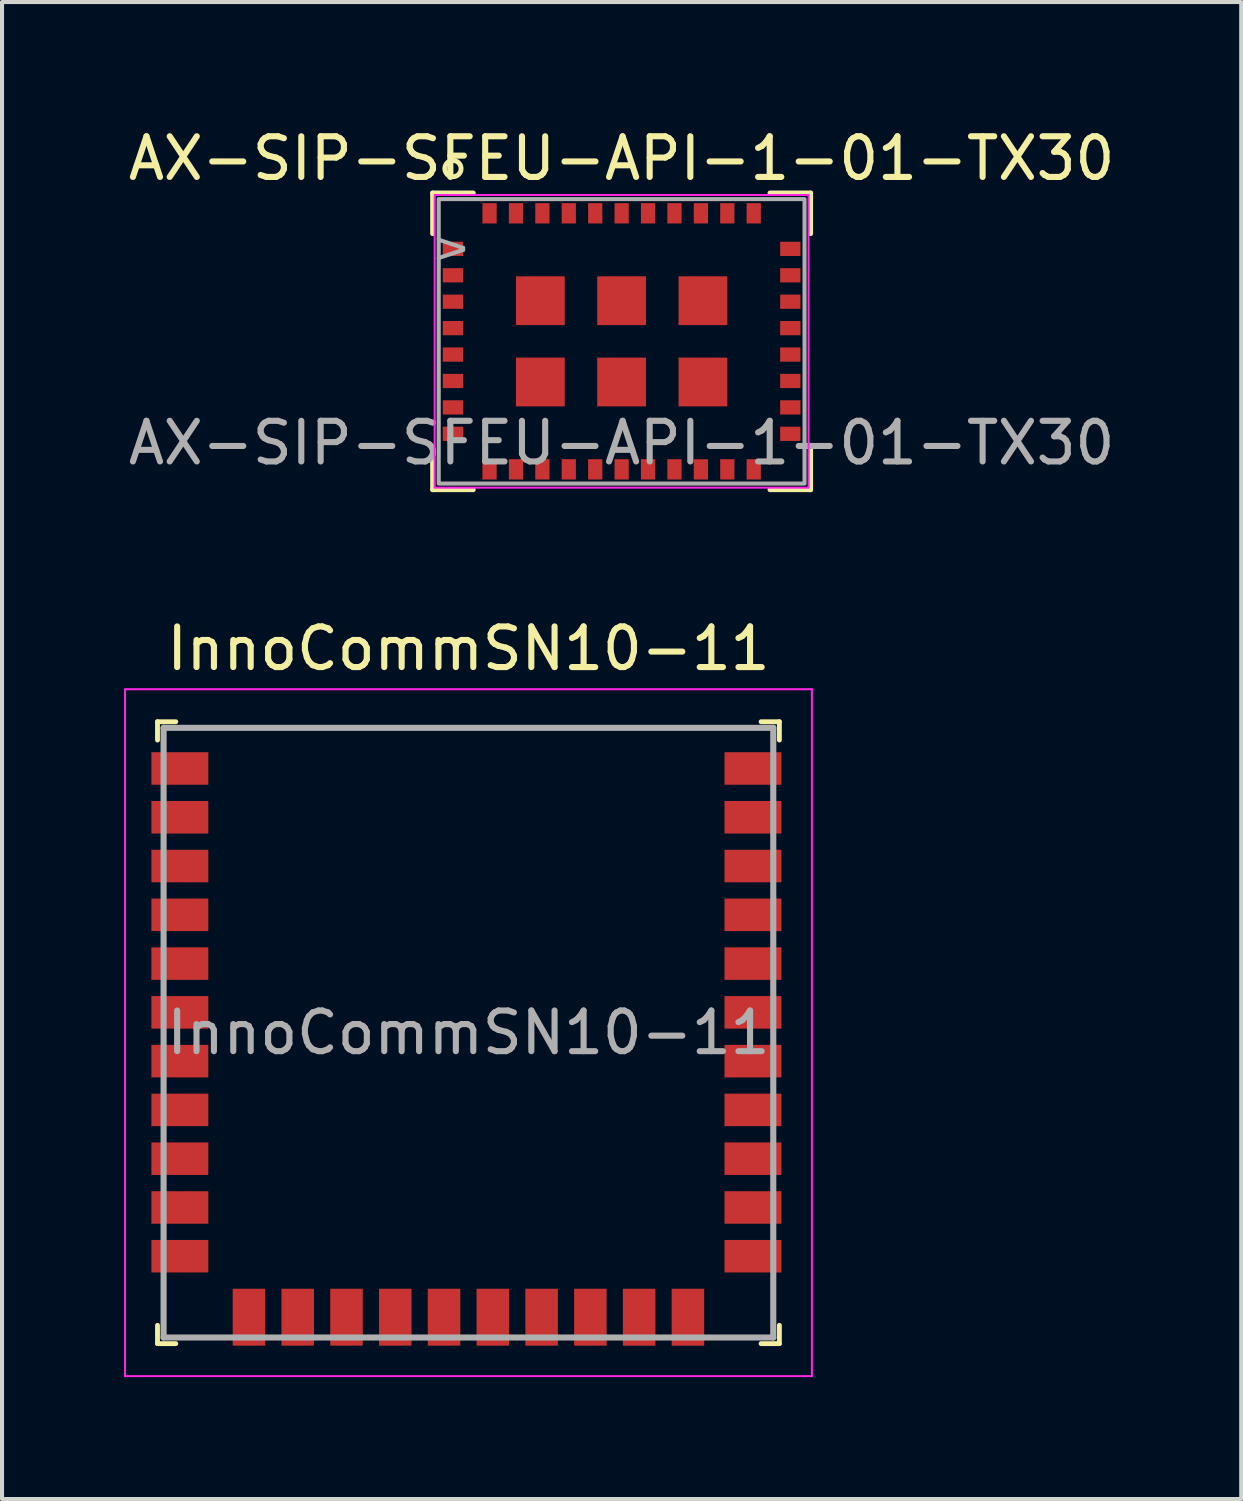
<source format=kicad_pcb>
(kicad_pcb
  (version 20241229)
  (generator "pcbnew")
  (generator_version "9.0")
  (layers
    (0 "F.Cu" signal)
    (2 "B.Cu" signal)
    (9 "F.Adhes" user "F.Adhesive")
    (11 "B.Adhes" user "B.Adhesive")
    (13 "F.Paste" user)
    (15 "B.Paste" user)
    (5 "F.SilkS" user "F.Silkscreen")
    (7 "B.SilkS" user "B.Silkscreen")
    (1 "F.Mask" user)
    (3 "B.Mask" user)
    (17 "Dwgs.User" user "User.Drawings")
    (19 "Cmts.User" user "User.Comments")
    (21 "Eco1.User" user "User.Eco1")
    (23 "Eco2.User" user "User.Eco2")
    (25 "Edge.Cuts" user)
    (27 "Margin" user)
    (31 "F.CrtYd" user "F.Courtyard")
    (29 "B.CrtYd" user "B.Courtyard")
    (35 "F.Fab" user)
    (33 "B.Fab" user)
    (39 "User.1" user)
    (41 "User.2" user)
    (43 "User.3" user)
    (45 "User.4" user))
  (footprint "InnoCommSN10-11"
    (layer "F.Cu")
    (at 8.475 22.357)
    (property "Reference" "InnoCommSN10-11" (at 0 -9.45 0) (layer "F.SilkS") (effects (font (size 1 1) (thickness 0.15))))
    (attr smd)
    (fp_line (start -7.65 -7.65) (end -7.2 -7.65) (stroke (width 0.12) (type solid)) (layer "F.SilkS"))
    (fp_line (start -7.65 -7.2) (end -7.65 -7.65) (stroke (width 0.12) (type solid)) (layer "F.SilkS"))
    (fp_line (start -7.65 7.65) (end -7.65 7.2) (stroke (width 0.12) (type solid)) (layer "F.SilkS"))
    (fp_line (start -7.2 7.65) (end -7.65 7.65) (stroke (width 0.12) (type solid)) (layer "F.SilkS"))
    (fp_line (start 7.2 -7.65) (end 7.65 -7.65) (stroke (width 0.12) (type solid)) (layer "F.SilkS"))
    (fp_line (start 7.2 7.65) (end 7.65 7.65) (stroke (width 0.12) (type solid)) (layer "F.SilkS"))
    (fp_line (start 7.65 -7.65) (end 7.65 -7.2) (stroke (width 0.12) (type solid)) (layer "F.SilkS"))
    (fp_line (start 7.65 7.65) (end 7.65 7.2) (stroke (width 0.12) (type solid)) (layer "F.SilkS"))
    (fp_line (start -8.45 -8.45) (end 8.45 -8.45) (stroke (width 0.05) (type solid)) (layer "F.CrtYd"))
    (fp_line (start -8.45 8.45) (end -8.45 -8.45) (stroke (width 0.05) (type solid)) (layer "F.CrtYd"))
    (fp_line (start 8.45 -8.45) (end 8.45 8.45) (stroke (width 0.05) (type solid)) (layer "F.CrtYd"))
    (fp_line (start 8.45 8.45) (end -8.45 8.45) (stroke (width 0.05) (type solid)) (layer "F.CrtYd"))
    (fp_line (start -7.5 -7.5) (end -7.5 7.5) (stroke (width 0.15) (type solid)) (layer "F.Fab"))
    (fp_line (start -7.5 7.5) (end 7.5 7.5) (stroke (width 0.15) (type solid)) (layer "F.Fab"))
    (fp_line (start 7.5 -7.5) (end -7.5 -7.5) (stroke (width 0.15) (type solid)) (layer "F.Fab"))
    (fp_line (start 7.5 7.5) (end 7.5 -7.5) (stroke (width 0.15) (type solid)) (layer "F.Fab"))
    (fp_text user "${REFERENCE}" (at 0 0 0) (layer "F.Fab") (effects (font (size 1 1) (thickness 0.15))))
    (pad "1" smd rect (at -7.1 -6.5 90) (size 0.8 1.4) (layers "F.Cu" "F.Mask" "F.Paste"))
    (pad "2" smd rect (at -7.1 -5.3 90) (size 0.8 1.4) (layers "F.Cu" "F.Mask" "F.Paste"))
    (pad "3" smd rect (at -7.1 -4.1 90) (size 0.8 1.4) (layers "F.Cu" "F.Mask" "F.Paste"))
    (pad "4" smd rect (at -7.1 -2.9 90) (size 0.8 1.4) (layers "F.Cu" "F.Mask" "F.Paste"))
    (pad "5" smd rect (at -7.1 -1.7 90) (size 0.8 1.4) (layers "F.Cu" "F.Mask" "F.Paste"))
    (pad "6" smd rect (at -7.1 -0.5 90) (size 0.8 1.4) (layers "F.Cu" "F.Mask" "F.Paste"))
    (pad "7" smd rect (at -7.1 0.7 90) (size 0.8 1.4) (layers "F.Cu" "F.Mask" "F.Paste"))
    (pad "8" smd rect (at -7.1 1.9 90) (size 0.8 1.4) (layers "F.Cu" "F.Mask" "F.Paste"))
    (pad "9" smd rect (at -7.1 3.1 90) (size 0.8 1.4) (layers "F.Cu" "F.Mask" "F.Paste"))
    (pad "10" smd rect (at -7.1 4.3 90) (size 0.8 1.4) (layers "F.Cu" "F.Mask" "F.Paste"))
    (pad "11" smd rect (at -7.1 5.5 90) (size 0.8 1.4) (layers "F.Cu" "F.Mask" "F.Paste"))
    (pad "12" smd rect (at -5.4 7) (size 0.8 1.4) (layers "F.Cu" "F.Mask" "F.Paste"))
    (pad "13" smd rect (at -4.2 7) (size 0.8 1.4) (layers "F.Cu" "F.Mask" "F.Paste"))
    (pad "14" smd rect (at -3 7) (size 0.8 1.4) (layers "F.Cu" "F.Mask" "F.Paste"))
    (pad "15" smd rect (at -1.8 7) (size 0.8 1.4) (layers "F.Cu" "F.Mask" "F.Paste"))
    (pad "16" smd rect (at -0.6 7) (size 0.8 1.4) (layers "F.Cu" "F.Mask" "F.Paste"))
    (pad "17" smd rect (at 0.6 7) (size 0.8 1.4) (layers "F.Cu" "F.Mask" "F.Paste"))
    (pad "18" smd rect (at 1.8 7) (size 0.8 1.4) (layers "F.Cu" "F.Mask" "F.Paste"))
    (pad "19" smd rect (at 3 7) (size 0.8 1.4) (layers "F.Cu" "F.Mask" "F.Paste"))
    (pad "20" smd rect (at 4.2 7) (size 0.8 1.4) (layers "F.Cu" "F.Mask" "F.Paste"))
    (pad "21" smd rect (at 5.4 7) (size 0.8 1.4) (layers "F.Cu" "F.Mask" "F.Paste"))
    (pad "22" smd rect (at 7 5.5 90) (size 0.8 1.4) (layers "F.Cu" "F.Mask" "F.Paste"))
    (pad "23" smd rect (at 7 4.3 90) (size 0.8 1.4) (layers "F.Cu" "F.Mask" "F.Paste"))
    (pad "24" smd rect (at 7 3.1 90) (size 0.8 1.4) (layers "F.Cu" "F.Mask" "F.Paste"))
    (pad "25" smd rect (at 7 1.9 90) (size 0.8 1.4) (layers "F.Cu" "F.Mask" "F.Paste"))
    (pad "26" smd rect (at 7 0.7 90) (size 0.8 1.4) (layers "F.Cu" "F.Mask" "F.Paste"))
    (pad "27" smd rect (at 7 -0.5 90) (size 0.8 1.4) (layers "F.Cu" "F.Mask" "F.Paste"))
    (pad "28" smd rect (at 7 -1.7 90) (size 0.8 1.4) (layers "F.Cu" "F.Mask" "F.Paste"))
    (pad "29" smd rect (at 7 -2.9 90) (size 0.8 1.4) (layers "F.Cu" "F.Mask" "F.Paste"))
    (pad "30" smd rect (at 7 -4.1 90) (size 0.8 1.4) (layers "F.Cu" "F.Mask" "F.Paste"))
    (pad "31" smd rect (at 7 -5.3 90) (size 0.8 1.4) (layers "F.Cu" "F.Mask" "F.Paste"))
    (pad "32" smd rect (at 7 -6.5 90) (size 0.8 1.4) (layers "F.Cu" "F.Mask" "F.Paste")))
  (footprint "AX-SIP-SFEU-API-1-01-TX30"
    (layer "F.Cu")
    (at 12.244 5.348)
    (property "Reference" "AX-SIP-SFEU-API-1-01-TX30" (at 0 -4.5 0) (unlocked yes) (layer "F.SilkS") (effects (font (size 1 1) (thickness 0.15))))
    (attr smd)
    (fp_line (start -4.65 -3.65) (end -4.65 -2.65) (stroke (width 0.12) (type default)) (layer "F.SilkS"))
    (fp_line (start -4.65 -3.65) (end -3.65 -3.65) (stroke (width 0.12) (type default)) (layer "F.SilkS"))
    (fp_line (start -4.65 3.65) (end -4.65 2.65) (stroke (width 0.12) (type default)) (layer "F.SilkS"))
    (fp_line (start -4.65 3.65) (end -3.65 3.65) (stroke (width 0.12) (type default)) (layer "F.SilkS"))
    (fp_line (start 4.65 -3.65) (end 3.65 -3.65) (stroke (width 0.12) (type default)) (layer "F.SilkS"))
    (fp_line (start 4.65 -3.65) (end 4.65 -2.65) (stroke (width 0.12) (type default)) (layer "F.SilkS"))
    (fp_line (start 4.65 3.65) (end 3.65 3.65) (stroke (width 0.12) (type default)) (layer "F.SilkS"))
    (fp_line (start 4.65 3.65) (end 4.65 2.65) (stroke (width 0.12) (type default)) (layer "F.SilkS"))
    (fp_circle (center -4.15 -4.25) (end -3.95 -4.25) (stroke (width 0.12) (type default)) (fill no) (layer "F.SilkS"))
    (fp_rect (start -4.6 -3.6) (end 4.6 3.6) (stroke (width 0.05) (type default)) (fill no) (layer "F.CrtYd"))
    (fp_line (start -4.5 -2.5) (end -3.9 -2.3) (stroke (width 0.1) (type default)) (layer "F.Fab"))
    (fp_line (start -3.9 -2.3) (end -3.9 -2.25) (stroke (width 0.1) (type default)) (layer "F.Fab"))
    (fp_line (start -3.9 -2.25) (end -4.5 -2.05) (stroke (width 0.1) (type default)) (layer "F.Fab"))
    (fp_rect (start -4.5 -3.5) (end 4.5 3.5) (stroke (width 0.1) (type default)) (fill no) (layer "F.Fab"))
    (fp_text user "${REFERENCE}" (at 0 2.5 0) (unlocked yes) (layer "F.Fab") (effects (font (size 1 1) (thickness 0.15))))
    (pad "1" smd rect (at -4.15 -2.275) (size 0.5 0.35) (layers "F.Cu" "F.Mask" "F.Paste"))
    (pad "2" smd rect (at -4.15 -1.625) (size 0.5 0.35) (layers "F.Cu" "F.Mask" "F.Paste"))
    (pad "3" smd rect (at -4.15 -0.975) (size 0.5 0.35) (layers "F.Cu" "F.Mask" "F.Paste"))
    (pad "4" smd rect (at -4.15 -0.325) (size 0.5 0.35) (layers "F.Cu" "F.Mask" "F.Paste"))
    (pad "5" smd rect (at -4.15 0.325) (size 0.5 0.35) (layers "F.Cu" "F.Mask" "F.Paste"))
    (pad "6" smd rect (at -4.15 0.975) (size 0.5 0.35) (layers "F.Cu" "F.Mask" "F.Paste"))
    (pad "7" smd rect (at -4.15 1.625) (size 0.5 0.35) (layers "F.Cu" "F.Mask" "F.Paste"))
    (pad "8" smd rect (at -4.15 2.275) (size 0.5 0.35) (layers "F.Cu" "F.Mask" "F.Paste"))
    (pad "9" smd rect (at -3.25 3.15 270) (size 0.5 0.35) (layers "F.Cu" "F.Mask" "F.Paste"))
    (pad "10" smd rect (at -2.6 3.15 270) (size 0.5 0.35) (layers "F.Cu" "F.Mask" "F.Paste"))
    (pad "11" smd rect (at -1.95 3.15 270) (size 0.5 0.35) (layers "F.Cu" "F.Mask" "F.Paste"))
    (pad "12" smd rect (at -1.3 3.15 270) (size 0.5 0.35) (layers "F.Cu" "F.Mask" "F.Paste"))
    (pad "13" smd rect (at -0.65 3.15 270) (size 0.5 0.35) (layers "F.Cu" "F.Mask" "F.Paste"))
    (pad "14" smd rect (at 0 3.15 270) (size 0.5 0.35) (layers "F.Cu" "F.Mask" "F.Paste"))
    (pad "15" smd rect (at 0.65 3.15 270) (size 0.5 0.35) (layers "F.Cu" "F.Mask" "F.Paste"))
    (pad "16" smd rect (at 1.3 3.15 270) (size 0.5 0.35) (layers "F.Cu" "F.Mask" "F.Paste"))
    (pad "17" smd rect (at 1.95 3.15 270) (size 0.5 0.35) (layers "F.Cu" "F.Mask" "F.Paste"))
    (pad "18" smd rect (at 2.6 3.15 270) (size 0.5 0.35) (layers "F.Cu" "F.Mask" "F.Paste"))
    (pad "19" smd rect (at 3.25 3.15 270) (size 0.5 0.35) (layers "F.Cu" "F.Mask" "F.Paste"))
    (pad "20" smd rect (at 4.15 2.275 180) (size 0.5 0.35) (layers "F.Cu" "F.Mask" "F.Paste"))
    (pad "21" smd rect (at 4.15 1.625 180) (size 0.5 0.35) (layers "F.Cu" "F.Mask" "F.Paste"))
    (pad "22" smd rect (at 4.15 0.975 180) (size 0.5 0.35) (layers "F.Cu" "F.Mask" "F.Paste"))
    (pad "23" smd rect (at 4.15 0.325 180) (size 0.5 0.35) (layers "F.Cu" "F.Mask" "F.Paste"))
    (pad "24" smd rect (at 4.15 -0.325 180) (size 0.5 0.35) (layers "F.Cu" "F.Mask" "F.Paste"))
    (pad "25" smd rect (at 4.15 -0.975 180) (size 0.5 0.35) (layers "F.Cu" "F.Mask" "F.Paste"))
    (pad "26" smd rect (at 4.15 -1.625 180) (size 0.5 0.35) (layers "F.Cu" "F.Mask" "F.Paste"))
    (pad "27" smd rect (at 4.15 -2.275 180) (size 0.5 0.35) (layers "F.Cu" "F.Mask" "F.Paste"))
    (pad "28" smd rect (at 3.25 -3.15 90) (size 0.5 0.35) (layers "F.Cu" "F.Mask" "F.Paste"))
    (pad "29" smd rect (at 2.6 -3.15 90) (size 0.5 0.35) (layers "F.Cu" "F.Mask" "F.Paste"))
    (pad "30" smd rect (at 1.95 -3.15 90) (size 0.5 0.35) (layers "F.Cu" "F.Mask" "F.Paste"))
    (pad "31" smd rect (at 1.3 -3.15 90) (size 0.5 0.35) (layers "F.Cu" "F.Mask" "F.Paste"))
    (pad "32" smd rect (at 0.65 -3.15 90) (size 0.5 0.35) (layers "F.Cu" "F.Mask" "F.Paste"))
    (pad "33" smd rect (at 0 -3.15 90) (size 0.5 0.35) (layers "F.Cu" "F.Mask" "F.Paste"))
    (pad "34" smd rect (at -0.65 -3.15 90) (size 0.5 0.35) (layers "F.Cu" "F.Mask" "F.Paste"))
    (pad "35" smd rect (at -1.3 -3.15 90) (size 0.5 0.35) (layers "F.Cu" "F.Mask" "F.Paste"))
    (pad "36" smd rect (at -1.95 -3.15 90) (size 0.5 0.35) (layers "F.Cu" "F.Mask" "F.Paste"))
    (pad "37" smd rect (at -2.6 -3.15 90) (size 0.5 0.35) (layers "F.Cu" "F.Mask" "F.Paste"))
    (pad "38" smd rect (at -3.25 -3.15 90) (size 0.5 0.35) (layers "F.Cu" "F.Mask" "F.Paste"))
    (pad "39" smd rect (at -2 1) (size 1.2 1.2) (layers "F.Cu" "F.Mask" "F.Paste"))
    (pad "40" smd rect (at 0 1) (size 1.2 1.2) (layers "F.Cu" "F.Mask" "F.Paste"))
    (pad "41" smd rect (at 2 1) (size 1.2 1.2) (layers "F.Cu" "F.Mask" "F.Paste"))
    (pad "42" smd rect (at 2 -1) (size 1.2 1.2) (layers "F.Cu" "F.Mask" "F.Paste"))
    (pad "43" smd rect (at 0 -1) (size 1.2 1.2) (layers "F.Cu" "F.Mask" "F.Paste"))
    (pad "44" smd rect (at -2 -1) (size 1.2 1.2) (layers "F.Cu" "F.Mask" "F.Paste")))
  (gr_rect
    (start -3 -3)
    (end 27.488 33.831)
    (stroke (width 0.1) (type default))
    (fill no)
    (layer "Edge.Cuts")))
</source>
